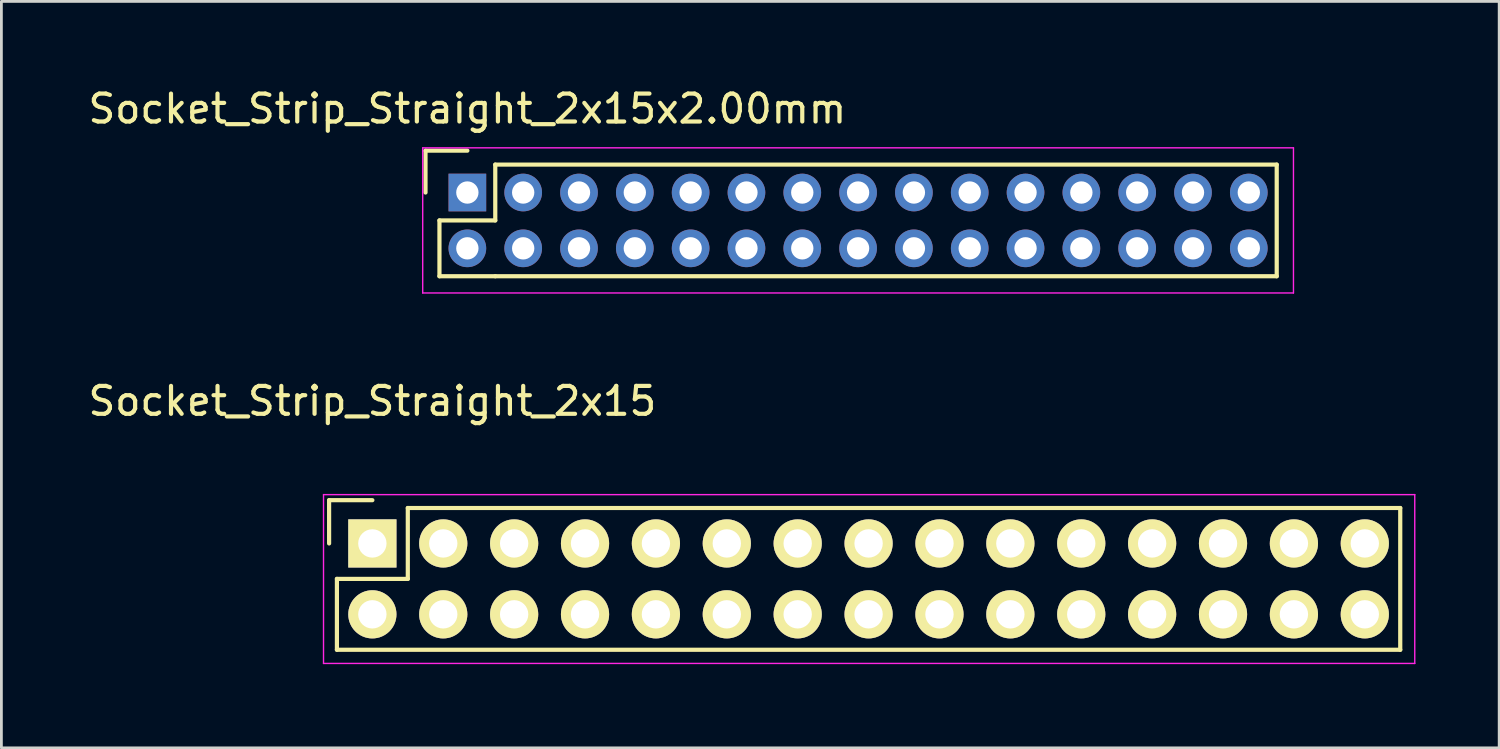
<source format=kicad_pcb>
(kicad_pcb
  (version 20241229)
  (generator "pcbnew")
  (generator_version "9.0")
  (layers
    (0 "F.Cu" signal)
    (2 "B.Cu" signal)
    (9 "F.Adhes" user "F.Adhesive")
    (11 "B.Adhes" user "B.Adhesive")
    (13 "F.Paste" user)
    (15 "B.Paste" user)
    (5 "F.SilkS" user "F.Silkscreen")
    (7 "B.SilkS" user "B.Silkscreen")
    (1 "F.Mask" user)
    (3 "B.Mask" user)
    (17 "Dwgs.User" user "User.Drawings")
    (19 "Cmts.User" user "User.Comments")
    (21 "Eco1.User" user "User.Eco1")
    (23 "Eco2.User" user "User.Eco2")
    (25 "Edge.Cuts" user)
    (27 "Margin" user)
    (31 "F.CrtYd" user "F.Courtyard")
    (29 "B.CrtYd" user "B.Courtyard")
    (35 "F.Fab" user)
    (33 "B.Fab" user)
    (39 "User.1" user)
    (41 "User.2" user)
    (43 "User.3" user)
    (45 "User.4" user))
  (footprint "Socket_Strip_Straight_2x15"
    (layer "F.Cu")
    (at 10.292 16.422)
    (property "Reference" "Socket_Strip_Straight_2x15" (at 0 -5.1 0) (layer "F.SilkS") (effects (font (size 1 1) (thickness 0.15))))
    (attr through_hole)
    (fp_line (start -1.55 -1.55) (end -1.55 0) (stroke (width 0.15) (type solid)) (layer "F.SilkS"))
    (fp_line (start -1.27 1.27) (end 1.27 1.27) (stroke (width 0.15) (type solid)) (layer "F.SilkS"))
    (fp_line (start -1.27 3.81) (end -1.27 1.27) (stroke (width 0.15) (type solid)) (layer "F.SilkS"))
    (fp_line (start 0 -1.55) (end -1.55 -1.55) (stroke (width 0.15) (type solid)) (layer "F.SilkS"))
    (fp_line (start 1.27 -1.27) (end 36.83 -1.27) (stroke (width 0.15) (type solid)) (layer "F.SilkS"))
    (fp_line (start 1.27 1.27) (end 1.27 -1.27) (stroke (width 0.15) (type solid)) (layer "F.SilkS"))
    (fp_line (start 36.83 3.81) (end -1.27 3.81) (stroke (width 0.15) (type solid)) (layer "F.SilkS"))
    (fp_line (start 36.83 3.81) (end 36.83 -1.27) (stroke (width 0.15) (type solid)) (layer "F.SilkS"))
    (fp_line (start -1.75 -1.75) (end -1.75 4.3) (stroke (width 0.05) (type solid)) (layer "F.CrtYd"))
    (fp_line (start -1.75 -1.75) (end 37.35 -1.75) (stroke (width 0.05) (type solid)) (layer "F.CrtYd"))
    (fp_line (start -1.75 4.3) (end 37.35 4.3) (stroke (width 0.05) (type solid)) (layer "F.CrtYd"))
    (fp_line (start 37.35 -1.75) (end 37.35 4.3) (stroke (width 0.05) (type solid)) (layer "F.CrtYd"))
    (pad "1" thru_hole rect (at 0 0) (size 1.727 1.727) (drill 1.016) (layers "*.Cu" "*.Mask" "F.SilkS"))
    (pad "2" thru_hole oval (at 0 2.54) (size 1.727 1.727) (drill 1.016) (layers "*.Cu" "*.Mask" "F.SilkS"))
    (pad "3" thru_hole oval (at 2.54 0) (size 1.727 1.727) (drill 1.016) (layers "*.Cu" "*.Mask" "F.SilkS"))
    (pad "4" thru_hole oval (at 2.54 2.54) (size 1.727 1.727) (drill 1.016) (layers "*.Cu" "*.Mask" "F.SilkS"))
    (pad "5" thru_hole oval (at 5.08 0) (size 1.727 1.727) (drill 1.016) (layers "*.Cu" "*.Mask" "F.SilkS"))
    (pad "6" thru_hole oval (at 5.08 2.54) (size 1.727 1.727) (drill 1.016) (layers "*.Cu" "*.Mask" "F.SilkS"))
    (pad "7" thru_hole oval (at 7.62 0) (size 1.727 1.727) (drill 1.016) (layers "*.Cu" "*.Mask" "F.SilkS"))
    (pad "8" thru_hole oval (at 7.62 2.54) (size 1.727 1.727) (drill 1.016) (layers "*.Cu" "*.Mask" "F.SilkS"))
    (pad "9" thru_hole oval (at 10.16 0) (size 1.727 1.727) (drill 1.016) (layers "*.Cu" "*.Mask" "F.SilkS"))
    (pad "10" thru_hole oval (at 10.16 2.54) (size 1.727 1.727) (drill 1.016) (layers "*.Cu" "*.Mask" "F.SilkS"))
    (pad "11" thru_hole oval (at 12.7 0) (size 1.727 1.727) (drill 1.016) (layers "*.Cu" "*.Mask" "F.SilkS"))
    (pad "12" thru_hole oval (at 12.7 2.54) (size 1.727 1.727) (drill 1.016) (layers "*.Cu" "*.Mask" "F.SilkS"))
    (pad "13" thru_hole oval (at 15.24 0) (size 1.727 1.727) (drill 1.016) (layers "*.Cu" "*.Mask" "F.SilkS"))
    (pad "14" thru_hole oval (at 15.24 2.54) (size 1.727 1.727) (drill 1.016) (layers "*.Cu" "*.Mask" "F.SilkS"))
    (pad "15" thru_hole oval (at 17.78 0) (size 1.727 1.727) (drill 1.016) (layers "*.Cu" "*.Mask" "F.SilkS"))
    (pad "16" thru_hole oval (at 17.78 2.54) (size 1.727 1.727) (drill 1.016) (layers "*.Cu" "*.Mask" "F.SilkS"))
    (pad "17" thru_hole oval (at 20.32 0) (size 1.727 1.727) (drill 1.016) (layers "*.Cu" "*.Mask" "F.SilkS"))
    (pad "18" thru_hole oval (at 20.32 2.54) (size 1.727 1.727) (drill 1.016) (layers "*.Cu" "*.Mask" "F.SilkS"))
    (pad "19" thru_hole oval (at 22.86 0) (size 1.727 1.727) (drill 1.016) (layers "*.Cu" "*.Mask" "F.SilkS"))
    (pad "20" thru_hole oval (at 22.86 2.54) (size 1.727 1.727) (drill 1.016) (layers "*.Cu" "*.Mask" "F.SilkS"))
    (pad "21" thru_hole oval (at 25.4 0) (size 1.727 1.727) (drill 1.016) (layers "*.Cu" "*.Mask" "F.SilkS"))
    (pad "22" thru_hole oval (at 25.4 2.54) (size 1.727 1.727) (drill 1.016) (layers "*.Cu" "*.Mask" "F.SilkS"))
    (pad "23" thru_hole oval (at 27.94 0) (size 1.727 1.727) (drill 1.016) (layers "*.Cu" "*.Mask" "F.SilkS"))
    (pad "24" thru_hole oval (at 27.94 2.54) (size 1.727 1.727) (drill 1.016) (layers "*.Cu" "*.Mask" "F.SilkS"))
    (pad "25" thru_hole oval (at 30.48 0) (size 1.727 1.727) (drill 1.016) (layers "*.Cu" "*.Mask" "F.SilkS"))
    (pad "26" thru_hole oval (at 30.48 2.54) (size 1.727 1.727) (drill 1.016) (layers "*.Cu" "*.Mask" "F.SilkS"))
    (pad "27" thru_hole oval (at 33.02 0) (size 1.727 1.727) (drill 1.016) (layers "*.Cu" "*.Mask" "F.SilkS"))
    (pad "28" thru_hole oval (at 33.02 2.54) (size 1.727 1.727) (drill 1.016) (layers "*.Cu" "*.Mask" "F.SilkS"))
    (pad "29" thru_hole oval (at 35.56 0) (size 1.727 1.727) (drill 1.016) (layers "*.Cu" "*.Mask" "F.SilkS"))
    (pad "30" thru_hole oval (at 35.56 2.54) (size 1.727 1.727) (drill 1.016) (layers "*.Cu" "*.Mask" "F.SilkS")))
  (footprint "Socket_Strip_Straight_2x15x2.00mm"
    (layer "F.Cu")
    (at 13.696 3.848)
    (property "Reference" "Socket_Strip_Straight_2x15x2.00mm" (at 0 -3 0) (layer "F.SilkS") (effects (font (size 1 1) (thickness 0.15))))
    (attr through_hole)
    (fp_line (start -1.5 -1.5) (end -1.5 0) (stroke (width 0.15) (type solid)) (layer "F.SilkS"))
    (fp_line (start -1 1) (end -1 3) (stroke (width 0.15) (type solid)) (layer "F.SilkS"))
    (fp_line (start -1 3) (end 1 3) (stroke (width 0.15) (type solid)) (layer "F.SilkS"))
    (fp_line (start 0 -1.5) (end -1.5 -1.5) (stroke (width 0.15) (type solid)) (layer "F.SilkS"))
    (fp_line (start 1 -1) (end 1 1) (stroke (width 0.15) (type solid)) (layer "F.SilkS"))
    (fp_line (start 1 1) (end -1 1) (stroke (width 0.15) (type solid)) (layer "F.SilkS"))
    (fp_line (start 1 3) (end 29 3) (stroke (width 0.15) (type solid)) (layer "F.SilkS"))
    (fp_line (start 29 -1) (end 1 -1) (stroke (width 0.15) (type solid)) (layer "F.SilkS"))
    (fp_line (start 29 3) (end 29 -1) (stroke (width 0.15) (type solid)) (layer "F.SilkS"))
    (fp_line (start -1.6 -1.6) (end -1.6 3.6) (stroke (width 0.05) (type solid)) (layer "F.CrtYd"))
    (fp_line (start -1.6 3.6) (end 29.6 3.6) (stroke (width 0.05) (type solid)) (layer "F.CrtYd"))
    (fp_line (start 29.6 -1.6) (end -1.6 -1.6) (stroke (width 0.05) (type solid)) (layer "F.CrtYd"))
    (fp_line (start 29.6 3.6) (end 29.6 -1.6) (stroke (width 0.05) (type solid)) (layer "F.CrtYd"))
    (pad "1" thru_hole rect (at 0 0) (size 1.35 1.35) (drill 0.8) (layers "*.Cu" "*.Mask"))
    (pad "2" thru_hole circle (at 0 2) (size 1.35 1.35) (drill 0.8) (layers "*.Cu" "*.Mask"))
    (pad "3" thru_hole circle (at 2 0) (size 1.35 1.35) (drill 0.8) (layers "*.Cu" "*.Mask"))
    (pad "4" thru_hole circle (at 2 2) (size 1.35 1.35) (drill 0.8) (layers "*.Cu" "*.Mask"))
    (pad "5" thru_hole circle (at 4 0) (size 1.35 1.35) (drill 0.8) (layers "*.Cu" "*.Mask"))
    (pad "6" thru_hole circle (at 4 2) (size 1.35 1.35) (drill 0.8) (layers "*.Cu" "*.Mask"))
    (pad "7" thru_hole circle (at 6 0) (size 1.35 1.35) (drill 0.8) (layers "*.Cu" "*.Mask"))
    (pad "8" thru_hole circle (at 6 2) (size 1.35 1.35) (drill 0.8) (layers "*.Cu" "*.Mask"))
    (pad "9" thru_hole circle (at 8 0) (size 1.35 1.35) (drill 0.8) (layers "*.Cu" "*.Mask"))
    (pad "10" thru_hole circle (at 8 2) (size 1.35 1.35) (drill 0.8) (layers "*.Cu" "*.Mask"))
    (pad "11" thru_hole circle (at 10 0) (size 1.35 1.35) (drill 0.8) (layers "*.Cu" "*.Mask"))
    (pad "12" thru_hole circle (at 10 2) (size 1.35 1.35) (drill 0.8) (layers "*.Cu" "*.Mask"))
    (pad "13" thru_hole circle (at 12 0) (size 1.35 1.35) (drill 0.8) (layers "*.Cu" "*.Mask"))
    (pad "14" thru_hole circle (at 12 2) (size 1.35 1.35) (drill 0.8) (layers "*.Cu" "*.Mask"))
    (pad "15" thru_hole circle (at 14 0) (size 1.35 1.35) (drill 0.8) (layers "*.Cu" "*.Mask"))
    (pad "16" thru_hole circle (at 14 2) (size 1.35 1.35) (drill 0.8) (layers "*.Cu" "*.Mask"))
    (pad "17" thru_hole circle (at 16 0) (size 1.35 1.35) (drill 0.8) (layers "*.Cu" "*.Mask"))
    (pad "18" thru_hole circle (at 16 2) (size 1.35 1.35) (drill 0.8) (layers "*.Cu" "*.Mask"))
    (pad "19" thru_hole circle (at 18 0) (size 1.35 1.35) (drill 0.8) (layers "*.Cu" "*.Mask"))
    (pad "20" thru_hole circle (at 18 2) (size 1.35 1.35) (drill 0.8) (layers "*.Cu" "*.Mask"))
    (pad "21" thru_hole circle (at 20 0) (size 1.35 1.35) (drill 0.8) (layers "*.Cu" "*.Mask"))
    (pad "22" thru_hole circle (at 20 2) (size 1.35 1.35) (drill 0.8) (layers "*.Cu" "*.Mask"))
    (pad "23" thru_hole circle (at 22 0) (size 1.35 1.35) (drill 0.8) (layers "*.Cu" "*.Mask"))
    (pad "24" thru_hole circle (at 22 2) (size 1.35 1.35) (drill 0.8) (layers "*.Cu" "*.Mask"))
    (pad "25" thru_hole circle (at 24 0) (size 1.35 1.35) (drill 0.8) (layers "*.Cu" "*.Mask"))
    (pad "26" thru_hole circle (at 24 2) (size 1.35 1.35) (drill 0.8) (layers "*.Cu" "*.Mask"))
    (pad "27" thru_hole circle (at 26 0) (size 1.35 1.35) (drill 0.8) (layers "*.Cu" "*.Mask"))
    (pad "28" thru_hole circle (at 26 2) (size 1.35 1.35) (drill 0.8) (layers "*.Cu" "*.Mask"))
    (pad "29" thru_hole circle (at 28 0) (size 1.35 1.35) (drill 0.8) (layers "*.Cu" "*.Mask"))
    (pad "30" thru_hole circle (at 28 2) (size 1.35 1.35) (drill 0.8) (layers "*.Cu" "*.Mask")))
  (gr_rect
    (start -3 -3)
    (end 50.667 23.747)
    (stroke (width 0.1) (type default))
    (fill no)
    (layer "Edge.Cuts")))
</source>
